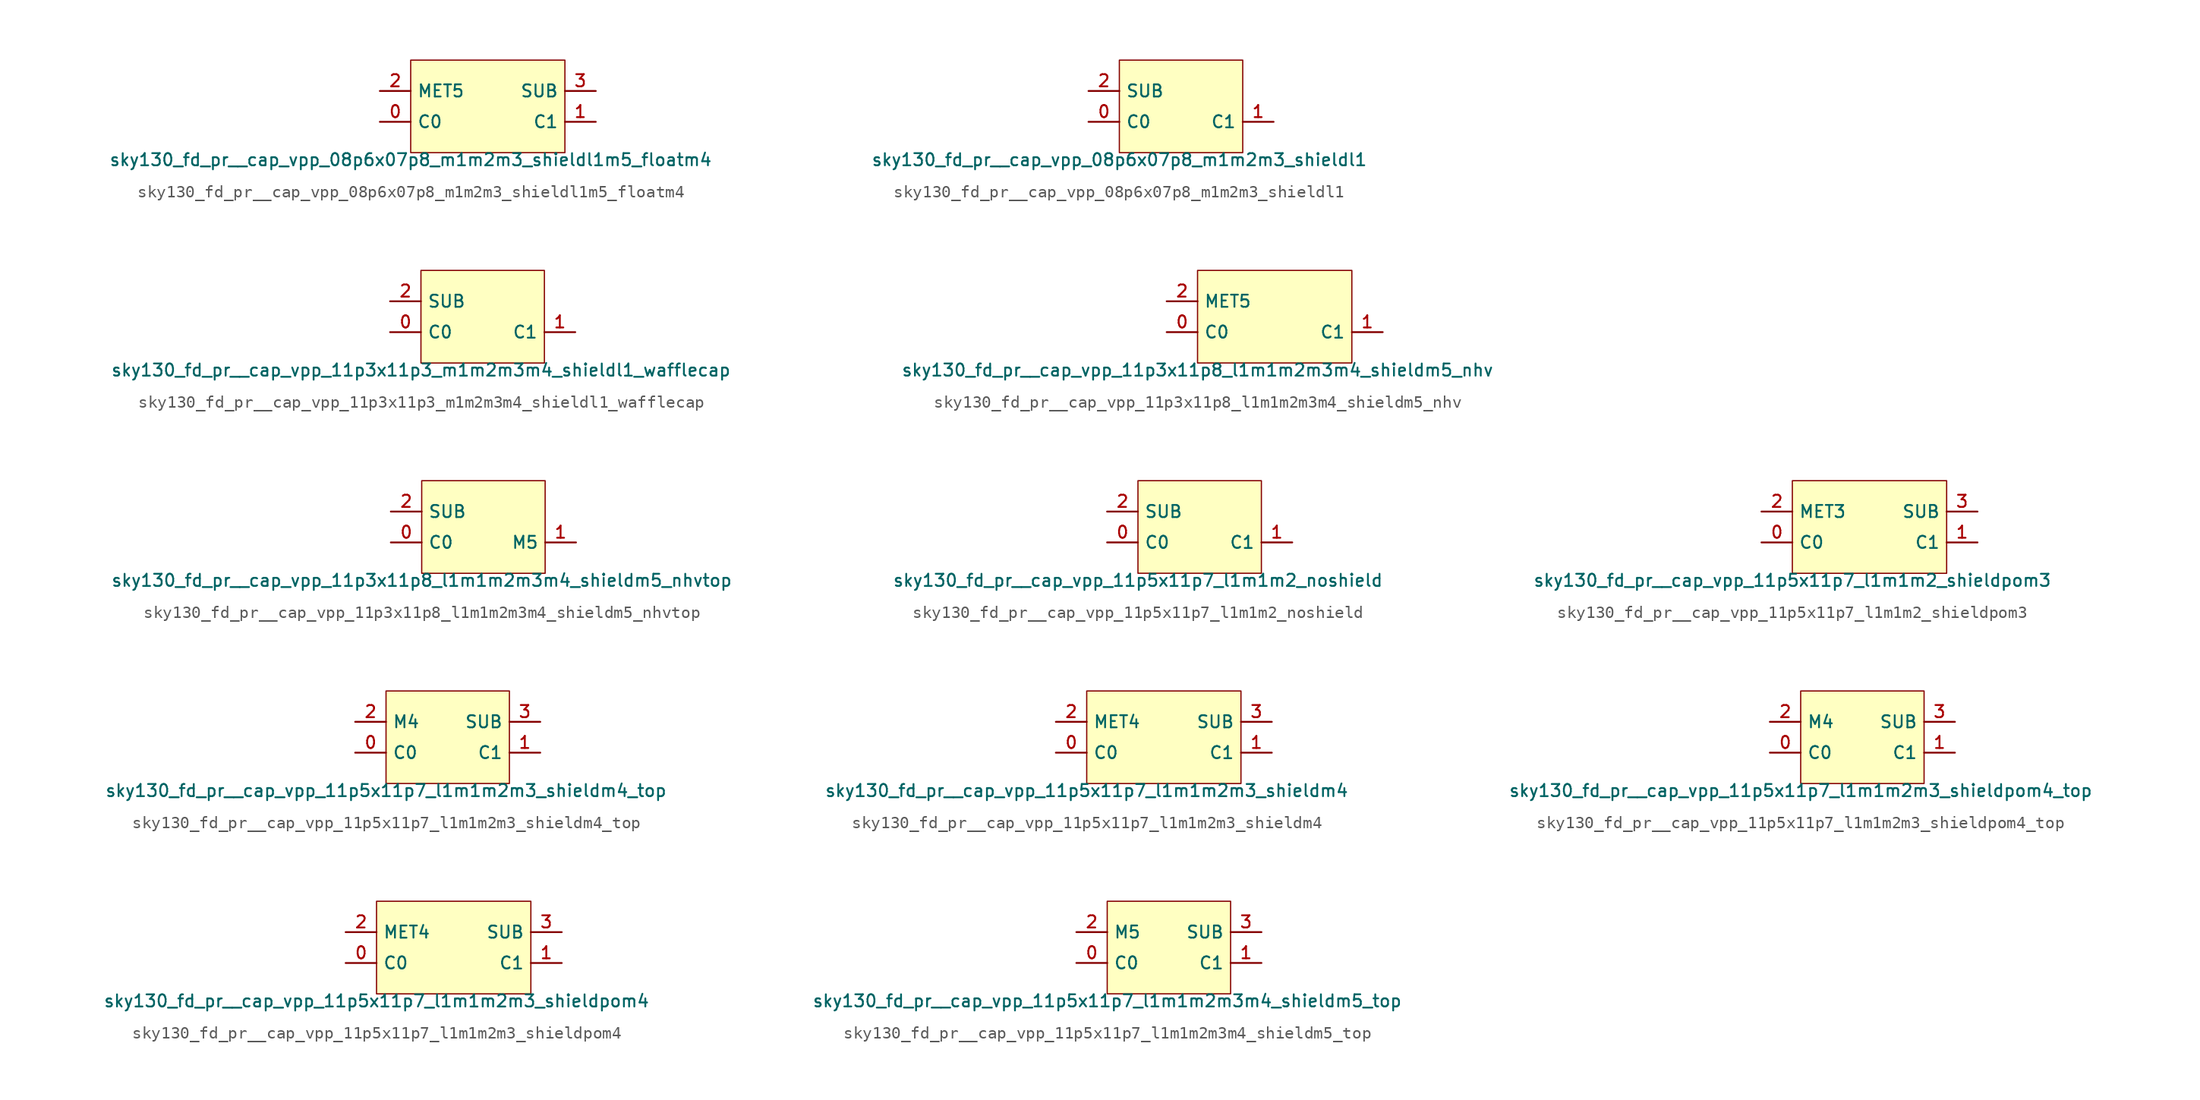
<source format=kicad_sym>
(kicad_symbol_lib
  (version 20211014)
  (generator lef2kicad_sym)
  (symbol "sky130_fd_pr__cap_vpp_08p6x07p8_m1m2m3_shieldl1m5_floatm4"
    (property "Reference" "X"
      (at 0 0 0)
      (effects (font (size 1 1)) hide))
    (property "Value" "sky130_fd_pr__cap_vpp_08p6x07p8_m1m2m3_shieldl1m5_floatm4"
      (at -6.35 -3.81 0)
      (effects (font (size 1 1)) (justify top)))
    (rectangle
      (start -6.35 -3.81)
      (end 6.35 3.81)
      (stroke (width 0.1) (type solid) (color 0 0 0 0))
      (fill (type background)))
    (pin bidirectional line
      (at -8.89 -1.27 0)
      (length 2.54)
      (name "C0" (effects (font (size 1 1)) hide))
      (number "0" (effects (font (size 1 1)) hide)))
    (pin bidirectional line
      (at 8.89 -1.27 180)
      (length 2.54)
      (name "C1" (effects (font (size 1 1)) hide))
      (number "1" (effects (font (size 1 1)) hide)))
    (pin bidirectional line
      (at -8.89 1.27 0)
      (length 2.54)
      (name "MET5" (effects (font (size 1 1)) hide))
      (number "2" (effects (font (size 1 1)) hide)))
    (pin bidirectional line
      (at 8.89 1.27 180)
      (length 2.54)
      (name "SUB" (effects (font (size 1 1)) hide))
      (number "3" (effects (font (size 1 1)) hide))))
  (symbol "sky130_fd_pr__cap_vpp_08p6x07p8_m1m2m3_shieldl1"
    (property "Reference" "X"
      (at 0 0 0)
      (effects (font (size 1 1)) hide))
    (property "Value" "sky130_fd_pr__cap_vpp_08p6x07p8_m1m2m3_shieldl1"
      (at -5.08 -3.81 0)
      (effects (font (size 1 1)) (justify top)))
    (rectangle
      (start -5.08 -3.81)
      (end 5.08 3.81)
      (stroke (width 0.1) (type solid) (color 0 0 0 0))
      (fill (type background)))
    (pin bidirectional line
      (at -7.62 -1.27 0)
      (length 2.54)
      (name "C0" (effects (font (size 1 1)) hide))
      (number "0" (effects (font (size 1 1)) hide)))
    (pin bidirectional line
      (at 7.62 -1.27 180)
      (length 2.54)
      (name "C1" (effects (font (size 1 1)) hide))
      (number "1" (effects (font (size 1 1)) hide)))
    (pin bidirectional line
      (at -7.62 1.27 0)
      (length 2.54)
      (name "SUB" (effects (font (size 1 1)) hide))
      (number "2" (effects (font (size 1 1)) hide))))
  (symbol "sky130_fd_pr__cap_vpp_11p3x11p3_m1m2m3m4_shieldl1_wafflecap"
    (property "Reference" "X"
      (at 0 0 0)
      (effects (font (size 1 1)) hide))
    (property "Value" "sky130_fd_pr__cap_vpp_11p3x11p3_m1m2m3m4_shieldl1_wafflecap"
      (at -5.08 -3.81 0)
      (effects (font (size 1 1)) (justify top)))
    (rectangle
      (start -5.08 -3.81)
      (end 5.08 3.81)
      (stroke (width 0.1) (type solid) (color 0 0 0 0))
      (fill (type background)))
    (pin bidirectional line
      (at -7.62 -1.27 0)
      (length 2.54)
      (name "C0" (effects (font (size 1 1)) hide))
      (number "0" (effects (font (size 1 1)) hide)))
    (pin bidirectional line
      (at 7.62 -1.27 180)
      (length 2.54)
      (name "C1" (effects (font (size 1 1)) hide))
      (number "1" (effects (font (size 1 1)) hide)))
    (pin bidirectional line
      (at -7.62 1.27 0)
      (length 2.54)
      (name "SUB" (effects (font (size 1 1)) hide))
      (number "2" (effects (font (size 1 1)) hide))))
  (symbol "sky130_fd_pr__cap_vpp_11p3x11p8_l1m1m2m3m4_shieldm5_nhv"
    (property "Reference" "X"
      (at 0 0 0)
      (effects (font (size 1 1)) hide))
    (property "Value" "sky130_fd_pr__cap_vpp_11p3x11p8_l1m1m2m3m4_shieldm5_nhv"
      (at -6.35 -3.81 0)
      (effects (font (size 1 1)) (justify top)))
    (rectangle
      (start -6.35 -3.81)
      (end 6.35 3.81)
      (stroke (width 0.1) (type solid) (color 0 0 0 0))
      (fill (type background)))
    (pin bidirectional line
      (at -8.89 -1.27 0)
      (length 2.54)
      (name "C0" (effects (font (size 1 1)) hide))
      (number "0" (effects (font (size 1 1)) hide)))
    (pin bidirectional line
      (at 8.89 -1.27 180)
      (length 2.54)
      (name "C1" (effects (font (size 1 1)) hide))
      (number "1" (effects (font (size 1 1)) hide)))
    (pin bidirectional line
      (at -8.89 1.27 0)
      (length 2.54)
      (name "MET5" (effects (font (size 1 1)) hide))
      (number "2" (effects (font (size 1 1)) hide))))
  (symbol "sky130_fd_pr__cap_vpp_11p3x11p8_l1m1m2m3m4_shieldm5_nhvtop"
    (property "Reference" "X"
      (at 0 0 0)
      (effects (font (size 1 1)) hide))
    (property "Value" "sky130_fd_pr__cap_vpp_11p3x11p8_l1m1m2m3m4_shieldm5_nhvtop"
      (at -5.08 -3.81 0)
      (effects (font (size 1 1)) (justify top)))
    (rectangle
      (start -5.08 -3.81)
      (end 5.08 3.81)
      (stroke (width 0.1) (type solid) (color 0 0 0 0))
      (fill (type background)))
    (pin bidirectional line
      (at -7.62 -1.27 0)
      (length 2.54)
      (name "C0" (effects (font (size 1 1)) hide))
      (number "0" (effects (font (size 1 1)) hide)))
    (pin bidirectional line
      (at 7.62 -1.27 180)
      (length 2.54)
      (name "M5" (effects (font (size 1 1)) hide))
      (number "1" (effects (font (size 1 1)) hide)))
    (pin bidirectional line
      (at -7.62 1.27 0)
      (length 2.54)
      (name "SUB" (effects (font (size 1 1)) hide))
      (number "2" (effects (font (size 1 1)) hide))))
  (symbol "sky130_fd_pr__cap_vpp_11p5x11p7_l1m1m2_noshield"
    (property "Reference" "X"
      (at 0 0 0)
      (effects (font (size 1 1)) hide))
    (property "Value" "sky130_fd_pr__cap_vpp_11p5x11p7_l1m1m2_noshield"
      (at -5.08 -3.81 0)
      (effects (font (size 1 1)) (justify top)))
    (rectangle
      (start -5.08 -3.81)
      (end 5.08 3.81)
      (stroke (width 0.1) (type solid) (color 0 0 0 0))
      (fill (type background)))
    (pin bidirectional line
      (at -7.62 -1.27 0)
      (length 2.54)
      (name "C0" (effects (font (size 1 1)) hide))
      (number "0" (effects (font (size 1 1)) hide)))
    (pin bidirectional line
      (at 7.62 -1.27 180)
      (length 2.54)
      (name "C1" (effects (font (size 1 1)) hide))
      (number "1" (effects (font (size 1 1)) hide)))
    (pin bidirectional line
      (at -7.62 1.27 0)
      (length 2.54)
      (name "SUB" (effects (font (size 1 1)) hide))
      (number "2" (effects (font (size 1 1)) hide))))
  (symbol "sky130_fd_pr__cap_vpp_11p5x11p7_l1m1m2_shieldpom3"
    (property "Reference" "X"
      (at 0 0 0)
      (effects (font (size 1 1)) hide))
    (property "Value" "sky130_fd_pr__cap_vpp_11p5x11p7_l1m1m2_shieldpom3"
      (at -6.35 -3.81 0)
      (effects (font (size 1 1)) (justify top)))
    (rectangle
      (start -6.35 -3.81)
      (end 6.35 3.81)
      (stroke (width 0.1) (type solid) (color 0 0 0 0))
      (fill (type background)))
    (pin bidirectional line
      (at -8.89 -1.27 0)
      (length 2.54)
      (name "C0" (effects (font (size 1 1)) hide))
      (number "0" (effects (font (size 1 1)) hide)))
    (pin bidirectional line
      (at 8.89 -1.27 180)
      (length 2.54)
      (name "C1" (effects (font (size 1 1)) hide))
      (number "1" (effects (font (size 1 1)) hide)))
    (pin bidirectional line
      (at -8.89 1.27 0)
      (length 2.54)
      (name "MET3" (effects (font (size 1 1)) hide))
      (number "2" (effects (font (size 1 1)) hide)))
    (pin bidirectional line
      (at 8.89 1.27 180)
      (length 2.54)
      (name "SUB" (effects (font (size 1 1)) hide))
      (number "3" (effects (font (size 1 1)) hide))))
  (symbol "sky130_fd_pr__cap_vpp_11p5x11p7_l1m1m2m3_shieldm4_top"
    (property "Reference" "X"
      (at 0 0 0)
      (effects (font (size 1 1)) hide))
    (property "Value" "sky130_fd_pr__cap_vpp_11p5x11p7_l1m1m2m3_shieldm4_top"
      (at -5.08 -3.81 0)
      (effects (font (size 1 1)) (justify top)))
    (rectangle
      (start -5.08 -3.81)
      (end 5.08 3.81)
      (stroke (width 0.1) (type solid) (color 0 0 0 0))
      (fill (type background)))
    (pin bidirectional line
      (at -7.62 -1.27 0)
      (length 2.54)
      (name "C0" (effects (font (size 1 1)) hide))
      (number "0" (effects (font (size 1 1)) hide)))
    (pin bidirectional line
      (at 7.62 -1.27 180)
      (length 2.54)
      (name "C1" (effects (font (size 1 1)) hide))
      (number "1" (effects (font (size 1 1)) hide)))
    (pin bidirectional line
      (at -7.62 1.27 0)
      (length 2.54)
      (name "M4" (effects (font (size 1 1)) hide))
      (number "2" (effects (font (size 1 1)) hide)))
    (pin bidirectional line
      (at 7.62 1.27 180)
      (length 2.54)
      (name "SUB" (effects (font (size 1 1)) hide))
      (number "3" (effects (font (size 1 1)) hide))))
  (symbol "sky130_fd_pr__cap_vpp_11p5x11p7_l1m1m2m3_shieldm4"
    (property "Reference" "X"
      (at 0 0 0)
      (effects (font (size 1 1)) hide))
    (property "Value" "sky130_fd_pr__cap_vpp_11p5x11p7_l1m1m2m3_shieldm4"
      (at -6.35 -3.81 0)
      (effects (font (size 1 1)) (justify top)))
    (rectangle
      (start -6.35 -3.81)
      (end 6.35 3.81)
      (stroke (width 0.1) (type solid) (color 0 0 0 0))
      (fill (type background)))
    (pin bidirectional line
      (at -8.89 -1.27 0)
      (length 2.54)
      (name "C0" (effects (font (size 1 1)) hide))
      (number "0" (effects (font (size 1 1)) hide)))
    (pin bidirectional line
      (at 8.89 -1.27 180)
      (length 2.54)
      (name "C1" (effects (font (size 1 1)) hide))
      (number "1" (effects (font (size 1 1)) hide)))
    (pin bidirectional line
      (at -8.89 1.27 0)
      (length 2.54)
      (name "MET4" (effects (font (size 1 1)) hide))
      (number "2" (effects (font (size 1 1)) hide)))
    (pin bidirectional line
      (at 8.89 1.27 180)
      (length 2.54)
      (name "SUB" (effects (font (size 1 1)) hide))
      (number "3" (effects (font (size 1 1)) hide))))
  (symbol "sky130_fd_pr__cap_vpp_11p5x11p7_l1m1m2m3_shieldpom4_top"
    (property "Reference" "X"
      (at 0 0 0)
      (effects (font (size 1 1)) hide))
    (property "Value" "sky130_fd_pr__cap_vpp_11p5x11p7_l1m1m2m3_shieldpom4_top"
      (at -5.08 -3.81 0)
      (effects (font (size 1 1)) (justify top)))
    (rectangle
      (start -5.08 -3.81)
      (end 5.08 3.81)
      (stroke (width 0.1) (type solid) (color 0 0 0 0))
      (fill (type background)))
    (pin bidirectional line
      (at -7.62 -1.27 0)
      (length 2.54)
      (name "C0" (effects (font (size 1 1)) hide))
      (number "0" (effects (font (size 1 1)) hide)))
    (pin bidirectional line
      (at 7.62 -1.27 180)
      (length 2.54)
      (name "C1" (effects (font (size 1 1)) hide))
      (number "1" (effects (font (size 1 1)) hide)))
    (pin bidirectional line
      (at -7.62 1.27 0)
      (length 2.54)
      (name "M4" (effects (font (size 1 1)) hide))
      (number "2" (effects (font (size 1 1)) hide)))
    (pin bidirectional line
      (at 7.62 1.27 180)
      (length 2.54)
      (name "SUB" (effects (font (size 1 1)) hide))
      (number "3" (effects (font (size 1 1)) hide))))
  (symbol "sky130_fd_pr__cap_vpp_11p5x11p7_l1m1m2m3_shieldpom4"
    (property "Reference" "X"
      (at 0 0 0)
      (effects (font (size 1 1)) hide))
    (property "Value" "sky130_fd_pr__cap_vpp_11p5x11p7_l1m1m2m3_shieldpom4"
      (at -6.35 -3.81 0)
      (effects (font (size 1 1)) (justify top)))
    (rectangle
      (start -6.35 -3.81)
      (end 6.35 3.81)
      (stroke (width 0.1) (type solid) (color 0 0 0 0))
      (fill (type background)))
    (pin bidirectional line
      (at -8.89 -1.27 0)
      (length 2.54)
      (name "C0" (effects (font (size 1 1)) hide))
      (number "0" (effects (font (size 1 1)) hide)))
    (pin bidirectional line
      (at 8.89 -1.27 180)
      (length 2.54)
      (name "C1" (effects (font (size 1 1)) hide))
      (number "1" (effects (font (size 1 1)) hide)))
    (pin bidirectional line
      (at -8.89 1.27 0)
      (length 2.54)
      (name "MET4" (effects (font (size 1 1)) hide))
      (number "2" (effects (font (size 1 1)) hide)))
    (pin bidirectional line
      (at 8.89 1.27 180)
      (length 2.54)
      (name "SUB" (effects (font (size 1 1)) hide))
      (number "3" (effects (font (size 1 1)) hide))))
  (symbol "sky130_fd_pr__cap_vpp_11p5x11p7_l1m1m2m3m4_shieldm5_top"
    (property "Reference" "X"
      (at 0 0 0)
      (effects (font (size 1 1)) hide))
    (property "Value" "sky130_fd_pr__cap_vpp_11p5x11p7_l1m1m2m3m4_shieldm5_top"
      (at -5.08 -3.81 0)
      (effects (font (size 1 1)) (justify top)))
    (rectangle
      (start -5.08 -3.81)
      (end 5.08 3.81)
      (stroke (width 0.1) (type solid) (color 0 0 0 0))
      (fill (type background)))
    (pin bidirectional line
      (at -7.62 -1.27 0)
      (length 2.54)
      (name "C0" (effects (font (size 1 1)) hide))
      (number "0" (effects (font (size 1 1)) hide)))
    (pin bidirectional line
      (at 7.62 -1.27 180)
      (length 2.54)
      (name "C1" (effects (font (size 1 1)) hide))
      (number "1" (effects (font (size 1 1)) hide)))
    (pin bidirectional line
      (at -7.62 1.27 0)
      (length 2.54)
      (name "M5" (effects (font (size 1 1)) hide))
      (number "2" (effects (font (size 1 1)) hide)))
    (pin bidirectional line
      (at 7.62 1.27 180)
      (length 2.54)
      (name "SUB" (effects (font (size 1 1)) hide))
      (number "3" (effects (font (size 1 1)) hide)))))
</source>
